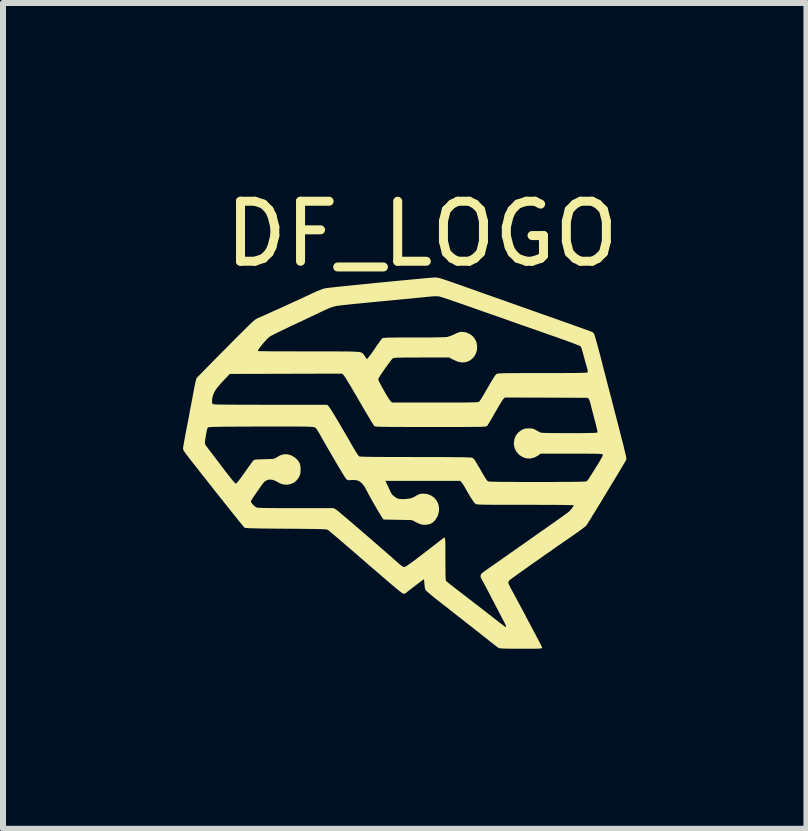
<source format=kicad_pcb>
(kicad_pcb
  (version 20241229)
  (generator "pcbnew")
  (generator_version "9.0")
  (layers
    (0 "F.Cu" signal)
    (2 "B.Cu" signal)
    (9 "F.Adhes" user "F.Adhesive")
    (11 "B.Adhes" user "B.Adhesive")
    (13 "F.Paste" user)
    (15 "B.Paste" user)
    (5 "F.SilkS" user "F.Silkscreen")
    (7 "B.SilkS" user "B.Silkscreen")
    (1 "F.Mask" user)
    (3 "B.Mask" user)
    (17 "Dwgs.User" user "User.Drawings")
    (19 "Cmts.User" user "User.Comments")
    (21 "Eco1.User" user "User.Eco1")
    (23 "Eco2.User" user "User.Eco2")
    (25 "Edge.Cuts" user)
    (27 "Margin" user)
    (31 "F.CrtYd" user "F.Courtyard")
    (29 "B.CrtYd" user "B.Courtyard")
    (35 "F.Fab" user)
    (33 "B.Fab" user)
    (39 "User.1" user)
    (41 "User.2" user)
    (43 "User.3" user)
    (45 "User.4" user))
  (footprint "DF_LOGO"
    (layer "F.Cu")
    (at 3.981 1.348)
    (property "Reference" "DF_LOGO" (at 0 -0.5 0) (unlocked yes) (layer "F.SilkS") (effects (font (size 1 1) (thickness 0.15))))
    (attr smd)
    (fp_poly (pts (xy 0.227 0.225) (xy 0.243 0.226) (xy 0.261 0.229) (xy 0.282 0.233) (xy 0.308 0.24) (xy 0.34 0.25) (xy 0.381 0.263) (xy 0.431 0.28) (xy 0.493 0.302) (xy 0.569 0.328) (xy 0.659 0.36) (xy 0.712 0.379) (xy 0.787 0.405) (xy 0.878 0.437) (xy 0.981 0.474) (xy 1.096 0.515) (xy 1.219 0.558) (xy 1.349 0.604) (xy 1.483 0.652) (xy 1.619 0.7) (xy 1.756 0.748) (xy 1.89 0.796) (xy 1.981 0.828) (xy 2.101 0.87) (xy 2.215 0.91) (xy 2.324 0.949) (xy 2.426 0.985) (xy 2.519 1.018) (xy 2.602 1.048) (xy 2.675 1.074) (xy 2.735 1.096) (xy 2.782 1.113) (xy 2.815 1.124) (xy 2.831 1.131) (xy 2.833 1.131) (xy 2.852 1.145) (xy 2.864 1.157) (xy 2.87 1.17) (xy 2.879 1.198) (xy 2.892 1.242) (xy 2.908 1.299) (xy 2.927 1.367) (xy 2.948 1.445) (xy 2.971 1.531) (xy 2.991 1.609) (xy 3.018 1.717) (xy 3.049 1.835) (xy 3.081 1.96) (xy 3.114 2.088) (xy 3.147 2.212) (xy 3.177 2.329) (xy 3.204 2.434) (xy 3.209 2.453) (xy 3.246 2.595) (xy 3.278 2.719) (xy 3.306 2.828) (xy 3.33 2.922) (xy 3.351 3.002) (xy 3.367 3.069) (xy 3.38 3.124) (xy 3.391 3.168) (xy 3.398 3.202) (xy 3.403 3.228) (xy 3.405 3.245) (xy 3.406 3.256) (xy 3.405 3.258) (xy 3.4 3.268) (xy 3.386 3.292) (xy 3.364 3.329) (xy 3.336 3.377) (xy 3.301 3.435) (xy 3.262 3.5) (xy 3.219 3.572) (xy 3.172 3.649) (xy 3.124 3.728) (xy 3.075 3.81) (xy 3.025 3.891) (xy 2.977 3.971) (xy 2.93 4.048) (xy 2.886 4.12) (xy 2.845 4.186) (xy 2.81 4.244) (xy 2.779 4.293) (xy 2.756 4.33) (xy 2.74 4.355) (xy 2.739 4.356) (xy 2.728 4.367) (xy 2.703 4.387) (xy 2.667 4.415) (xy 2.621 4.449) (xy 2.567 4.487) (xy 2.507 4.529) (xy 2.457 4.564) (xy 2.386 4.613) (xy 2.309 4.666) (xy 2.228 4.722) (xy 2.145 4.781) (xy 2.06 4.84) (xy 1.975 4.9) (xy 1.892 4.958) (xy 1.812 5.014) (xy 1.737 5.068) (xy 1.667 5.117) (xy 1.605 5.161) (xy 1.553 5.199) (xy 1.51 5.23) (xy 1.479 5.253) (xy 1.462 5.266) (xy 1.46 5.268) (xy 1.444 5.289) (xy 1.437 5.309) (xy 1.437 5.309) (xy 1.441 5.324) (xy 1.453 5.351) (xy 1.471 5.388) (xy 1.494 5.431) (xy 1.51 5.46) (xy 1.534 5.504) (xy 1.564 5.56) (xy 1.599 5.625) (xy 1.637 5.696) (xy 1.676 5.768) (xy 1.714 5.839) (xy 1.715 5.841) (xy 1.752 5.913) (xy 1.792 5.987) (xy 1.831 6.061) (xy 1.867 6.13) (xy 1.899 6.19) (xy 1.924 6.237) (xy 1.949 6.284) (xy 1.971 6.327) (xy 1.988 6.362) (xy 1.999 6.386) (xy 2.002 6.396) (xy 2 6.4) (xy 1.994 6.403) (xy 1.982 6.405) (xy 1.962 6.407) (xy 1.933 6.409) (xy 1.892 6.41) (xy 1.839 6.41) (xy 1.771 6.411) (xy 1.687 6.411) (xy 1.652 6.411) (xy 1.557 6.41) (xy 1.479 6.41) (xy 1.417 6.409) (xy 1.368 6.408) (xy 1.331 6.406) (xy 1.305 6.404) (xy 1.288 6.401) (xy 1.279 6.398) (xy 1.265 6.389) (xy 1.239 6.37) (xy 1.203 6.343) (xy 1.16 6.31) (xy 1.112 6.272) (xy 1.075 6.242) (xy 1.026 6.204) (xy 0.979 6.166) (xy 0.932 6.129) (xy 0.883 6.091) (xy 0.831 6.05) (xy 0.774 6.005) (xy 0.711 5.955) (xy 0.64 5.9) (xy 0.559 5.837) (xy 0.468 5.765) (xy 0.364 5.684) (xy 0.33 5.658) (xy 0.27 5.611) (xy 0.213 5.566) (xy 0.163 5.524) (xy 0.12 5.489) (xy 0.087 5.46) (xy 0.066 5.441) (xy 0.058 5.431) (xy 0.051 5.41) (xy 0.045 5.377) (xy 0.041 5.338) (xy 0.04 5.33) (xy 0.038 5.295) (xy 0.035 5.268) (xy 0.033 5.254) (xy 0.032 5.253) (xy 0.024 5.259) (xy 0.003 5.273) (xy -0.027 5.295) (xy -0.063 5.322) (xy -0.103 5.353) (xy -0.144 5.384) (xy -0.184 5.415) (xy -0.219 5.442) (xy -0.247 5.464) (xy -0.266 5.48) (xy -0.272 5.485) (xy -0.284 5.492) (xy -0.303 5.494) (xy -0.308 5.494) (xy -0.313 5.492) (xy -0.32 5.489) (xy -0.33 5.484) (xy -0.342 5.475) (xy -0.358 5.463) (xy -0.379 5.447) (xy -0.405 5.425) (xy -0.438 5.399) (xy -0.477 5.366) (xy -0.524 5.326) (xy -0.579 5.279) (xy -0.643 5.224) (xy -0.717 5.16) (xy -0.802 5.087) (xy -0.899 5.004) (xy -1.007 4.91) (xy -1.128 4.805) (xy -1.183 4.758) (xy -1.254 4.697) (xy -1.321 4.639) (xy -1.383 4.586) (xy -1.439 4.538) (xy -1.487 4.498) (xy -1.525 4.466) (xy -1.553 4.443) (xy -1.569 4.431) (xy -1.571 4.429) (xy -1.578 4.426) (xy -1.589 4.424) (xy -1.606 4.422) (xy -1.63 4.42) (xy -1.662 4.418) (xy -1.703 4.417) (xy -1.755 4.416) (xy -1.819 4.415) (xy -1.896 4.414) (xy -1.987 4.413) (xy -2.093 4.412) (xy -2.217 4.411) (xy -2.267 4.411) (xy -2.399 4.41) (xy -2.514 4.409) (xy -2.612 4.408) (xy -2.696 4.407) (xy -2.765 4.405) (xy -2.822 4.404) (xy -2.867 4.403) (xy -2.901 4.401) (xy -2.927 4.399) (xy -2.944 4.397) (xy -2.954 4.395) (xy -2.957 4.393) (xy -2.966 4.384) (xy -2.985 4.362) (xy -3.013 4.327) (xy -3.051 4.281) (xy -3.096 4.225) (xy -3.148 4.16) (xy -3.206 4.087) (xy -3.269 4.008) (xy -3.337 3.923) (xy -3.407 3.834) (xy -3.425 3.812) (xy -3.517 3.695) (xy -3.598 3.592) (xy -3.67 3.502) (xy -3.732 3.423) (xy -3.785 3.355) (xy -3.83 3.298) (xy -3.867 3.25) (xy -3.898 3.21) (xy -3.923 3.177) (xy -3.942 3.151) (xy -3.956 3.131) (xy -3.967 3.115) (xy -3.974 3.103) (xy -3.978 3.094) (xy -3.98 3.087) (xy -3.981 3.082) (xy -3.98 3.076) (xy -3.98 3.07) (xy -3.98 3.07) (xy -3.979 3.053) (xy -3.974 3.02) (xy -3.966 2.974) (xy -3.618 2.974) (xy -3.617 2.988) (xy -3.612 3.003) (xy -3.602 3.021) (xy -3.585 3.046) (xy -3.559 3.081) (xy -3.537 3.11) (xy -3.508 3.147) (xy -3.471 3.196) (xy -3.428 3.253) (xy -3.38 3.316) (xy -3.332 3.379) (xy -3.285 3.441) (xy -3.233 3.508) (xy -3.189 3.564) (xy -3.153 3.608) (xy -3.126 3.64) (xy -3.108 3.657) (xy -3.102 3.66) (xy -3.091 3.653) (xy -3.071 3.63) (xy -3.041 3.593) (xy -3.003 3.542) (xy -2.961 3.483) (xy -2.925 3.432) (xy -2.891 3.384) (xy -2.861 3.342) (xy -2.837 3.309) (xy -2.821 3.288) (xy -2.817 3.282) (xy -2.809 3.273) (xy -2.801 3.267) (xy -2.789 3.262) (xy -2.772 3.259) (xy -2.745 3.257) (xy -2.706 3.255) (xy -2.653 3.254) (xy -2.627 3.253) (xy -2.567 3.251) (xy -2.522 3.25) (xy -2.49 3.248) (xy -2.468 3.245) (xy -2.452 3.24) (xy -2.44 3.234) (xy -2.428 3.226) (xy -2.424 3.223) (xy -2.365 3.189) (xy -2.302 3.171) (xy -2.239 3.171) (xy -2.177 3.189) (xy -2.12 3.223) (xy -2.097 3.242) (xy -2.06 3.283) (xy -2.037 3.323) (xy -2.025 3.37) (xy -2.022 3.424) (xy -2.024 3.467) (xy -2.028 3.498) (xy -2.038 3.526) (xy -2.047 3.546) (xy -2.086 3.602) (xy -2.134 3.643) (xy -2.192 3.668) (xy -2.24 3.677) (xy -2.286 3.677) (xy -2.329 3.669) (xy -2.375 3.65) (xy -2.42 3.625) (xy -2.476 3.599) (xy -2.53 3.591) (xy -2.579 3.6) (xy -2.623 3.626) (xy -2.656 3.663) (xy -2.671 3.685) (xy -2.694 3.717) (xy -2.722 3.758) (xy -2.753 3.802) (xy -2.767 3.822) (xy -2.796 3.864) (xy -2.82 3.901) (xy -2.838 3.931) (xy -2.849 3.95) (xy -2.851 3.955) (xy -2.844 3.974) (xy -2.827 3.998) (xy -2.804 4.023) (xy -2.779 4.044) (xy -2.761 4.055) (xy -2.752 4.058) (xy -2.737 4.06) (xy -2.715 4.062) (xy -2.684 4.063) (xy -2.644 4.065) (xy -2.593 4.066) (xy -2.53 4.067) (xy -2.454 4.067) (xy -2.363 4.068) (xy -2.256 4.068) (xy -2.132 4.068) (xy -2.102 4.068) (xy -1.474 4.068) (xy -1.436 4.089) (xy -1.424 4.098) (xy -1.399 4.117) (xy -1.363 4.147) (xy -1.317 4.186) (xy -1.262 4.232) (xy -1.2 4.285) (xy -1.131 4.344) (xy -1.057 4.407) (xy -0.98 4.474) (xy -0.9 4.543) (xy -0.819 4.613) (xy -0.738 4.683) (xy -0.659 4.752) (xy -0.582 4.819) (xy -0.509 4.882) (xy -0.442 4.942) (xy -0.381 4.996) (xy -0.375 5.001) (xy -0.338 5.031) (xy -0.31 5.047) (xy -0.295 5.049) (xy -0.284 5.046) (xy -0.265 5.036) (xy -0.237 5.018) (xy -0.2 4.992) (xy -0.151 4.957) (xy -0.091 4.912) (xy -0.018 4.856) (xy 0.021 4.826) (xy 0.086 4.776) (xy 0.147 4.729) (xy 0.203 4.686) (xy 0.252 4.648) (xy 0.291 4.618) (xy 0.32 4.595) (xy 0.336 4.582) (xy 0.338 4.581) (xy 0.351 4.57) (xy 0.362 4.562) (xy 0.37 4.559) (xy 0.377 4.562) (xy 0.382 4.572) (xy 0.385 4.592) (xy 0.388 4.622) (xy 0.389 4.665) (xy 0.39 4.72) (xy 0.39 4.791) (xy 0.39 4.879) (xy 0.39 4.913) (xy 0.39 5.004) (xy 0.391 5.078) (xy 0.391 5.137) (xy 0.392 5.183) (xy 0.393 5.218) (xy 0.394 5.243) (xy 0.397 5.261) (xy 0.399 5.273) (xy 0.403 5.281) (xy 0.407 5.286) (xy 0.408 5.287) (xy 0.42 5.297) (xy 0.444 5.317) (xy 0.479 5.345) (xy 0.524 5.38) (xy 0.577 5.421) (xy 0.635 5.466) (xy 0.693 5.511) (xy 0.767 5.567) (xy 0.847 5.629) (xy 0.93 5.693) (xy 1.011 5.756) (xy 1.087 5.814) (xy 1.153 5.866) (xy 1.173 5.882) (xy 1.227 5.924) (xy 1.277 5.963) (xy 1.32 5.996) (xy 1.355 6.022) (xy 1.379 6.04) (xy 1.392 6.049) (xy 1.393 6.049) (xy 1.399 6.042) (xy 1.4 6.037) (xy 1.396 6.022) (xy 1.385 5.998) (xy 1.376 5.979) (xy 1.366 5.961) (xy 1.349 5.929) (xy 1.326 5.884) (xy 1.297 5.829) (xy 1.264 5.765) (xy 1.227 5.695) (xy 1.188 5.62) (xy 1.171 5.587) (xy 1.132 5.512) (xy 1.096 5.443) (xy 1.063 5.381) (xy 1.034 5.327) (xy 1.011 5.283) (xy 0.994 5.252) (xy 0.984 5.234) (xy 0.982 5.231) (xy 0.974 5.21) (xy 0.977 5.184) (xy 0.99 5.159) (xy 0.995 5.154) (xy 1.008 5.144) (xy 1.034 5.125) (xy 1.071 5.098) (xy 1.115 5.067) (xy 1.164 5.032) (xy 1.187 5.017) (xy 1.237 4.982) (xy 1.299 4.939) (xy 1.369 4.889) (xy 1.445 4.836) (xy 1.522 4.782) (xy 1.597 4.729) (xy 1.636 4.702) (xy 1.715 4.647) (xy 1.802 4.585) (xy 1.894 4.52) (xy 1.985 4.456) (xy 2.072 4.396) (xy 2.149 4.341) (xy 2.168 4.328) (xy 2.23 4.284) (xy 2.288 4.243) (xy 2.341 4.206) (xy 2.385 4.173) (xy 2.42 4.148) (xy 2.442 4.131) (xy 2.45 4.125) (xy 2.47 4.104) (xy 2.492 4.078) (xy 2.512 4.052) (xy 2.525 4.031) (xy 2.529 4.02) (xy 2.52 4.019) (xy 2.494 4.018) (xy 2.452 4.017) (xy 2.395 4.016) (xy 2.326 4.015) (xy 2.244 4.014) (xy 2.152 4.014) (xy 2.05 4.013) (xy 1.941 4.013) (xy 1.825 4.012) (xy 1.72 4.012) (xy 1.58 4.012) (xy 1.456 4.012) (xy 1.349 4.012) (xy 1.256 4.012) (xy 1.177 4.012) (xy 1.112 4.011) (xy 1.057 4.011) (xy 1.013 4.01) (xy 0.978 4.009) (xy 0.95 4.008) (xy 0.93 4.006) (xy 0.915 4.004) (xy 0.904 4.002) (xy 0.897 4) (xy 0.892 3.997) (xy 0.888 3.994) (xy 0.871 3.976) (xy 0.848 3.945) (xy 0.819 3.902) (xy 0.788 3.851) (xy 0.754 3.794) (xy 0.724 3.739) (xy 0.703 3.703) (xy 0.682 3.669) (xy 0.665 3.645) (xy 0.66 3.64) (xy 0.637 3.614) (xy -0.609 3.614) (xy -0.567 3.704) (xy -0.548 3.744) (xy -0.532 3.779) (xy -0.52 3.806) (xy -0.514 3.816) (xy -0.494 3.845) (xy -0.462 3.874) (xy -0.427 3.898) (xy -0.4 3.91) (xy -0.356 3.917) (xy -0.304 3.918) (xy -0.249 3.914) (xy -0.197 3.906) (xy -0.153 3.893) (xy -0.133 3.883) (xy -0.09 3.857) (xy -0.057 3.84) (xy -0.029 3.831) (xy 0.001 3.827) (xy 0.027 3.826) (xy 0.095 3.835) (xy 0.154 3.859) (xy 0.204 3.895) (xy 0.243 3.942) (xy 0.271 3.997) (xy 0.284 4.058) (xy 0.283 4.121) (xy 0.266 4.186) (xy 0.256 4.209) (xy 0.221 4.266) (xy 0.181 4.307) (xy 0.133 4.333) (xy 0.076 4.344) (xy 0.048 4.346) (xy 0.016 4.345) (xy -0.011 4.34) (xy -0.039 4.331) (xy -0.075 4.314) (xy -0.091 4.306) (xy -0.17 4.267) (xy -0.639 4.258) (xy -0.658 4.235) (xy -0.67 4.217) (xy -0.69 4.185) (xy -0.715 4.143) (xy -0.745 4.093) (xy -0.776 4.039) (xy -0.809 3.982) (xy -0.841 3.925) (xy -0.87 3.873) (xy -0.896 3.826) (xy -0.915 3.788) (xy -0.922 3.776) (xy -0.958 3.709) (xy -0.996 3.66) (xy -1.036 3.625) (xy -1.08 3.605) (xy -1.132 3.598) (xy -1.173 3.6) (xy -1.208 3.602) (xy -1.23 3.602) (xy -1.246 3.596) (xy -1.26 3.586) (xy -1.261 3.585) (xy -1.272 3.57) (xy -1.292 3.541) (xy -1.319 3.497) (xy -1.354 3.439) (xy -1.397 3.368) (xy -1.445 3.286) (xy -1.5 3.191) (xy -1.561 3.087) (xy -1.626 2.972) (xy -1.672 2.892) (xy -1.703 2.837) (xy -1.728 2.795) (xy -1.746 2.765) (xy -1.761 2.745) (xy -1.773 2.732) (xy -1.784 2.724) (xy -1.797 2.719) (xy -1.799 2.718) (xy -1.809 2.716) (xy -1.827 2.714) (xy -1.853 2.713) (xy -1.888 2.712) (xy -1.934 2.71) (xy -1.992 2.71) (xy -2.062 2.709) (xy -2.145 2.709) (xy -2.242 2.708) (xy -2.355 2.708) (xy -2.484 2.708) (xy -2.63 2.709) (xy -2.694 2.709) (xy -2.841 2.709) (xy -2.97 2.71) (xy -3.083 2.71) (xy -3.181 2.711) (xy -3.265 2.711) (xy -3.336 2.712) (xy -3.395 2.713) (xy -3.443 2.714) (xy -3.481 2.715) (xy -3.511 2.716) (xy -3.533 2.718) (xy -3.549 2.72) (xy -3.559 2.722) (xy -3.566 2.724) (xy -3.568 2.726) (xy -3.577 2.743) (xy -3.586 2.777) (xy -3.596 2.829) (xy -3.608 2.9) (xy -3.616 2.957) (xy -3.618 2.974) (xy -3.966 2.974) (xy -3.966 2.974) (xy -3.956 2.917) (xy -3.944 2.852) (xy -3.931 2.782) (xy -3.925 2.753) (xy -3.908 2.664) (xy -3.888 2.564) (xy -3.869 2.459) (xy -3.849 2.355) (xy -3.839 2.303) (xy -3.498 2.303) (xy -3.492 2.328) (xy -3.488 2.334) (xy -3.481 2.336) (xy -3.466 2.338) (xy -3.442 2.34) (xy -3.406 2.341) (xy -3.36 2.342) (xy -3.301 2.343) (xy -3.229 2.344) (xy -3.144 2.344) (xy -3.044 2.345) (xy -2.928 2.345) (xy -2.796 2.345) (xy -2.647 2.346) (xy -2.528 2.346) (xy -1.579 2.346) (xy -1.552 2.376) (xy -1.54 2.392) (xy -1.519 2.423) (xy -1.491 2.467) (xy -1.457 2.523) (xy -1.417 2.589) (xy -1.373 2.664) (xy -1.325 2.746) (xy -1.274 2.833) (xy -1.221 2.925) (xy -1.166 3.02) (xy -1.159 3.033) (xy -1.13 3.082) (xy -1.103 3.127) (xy -1.08 3.163) (xy -1.062 3.189) (xy -1.051 3.202) (xy -1.051 3.203) (xy -1.046 3.205) (xy -1.036 3.207) (xy -1.021 3.209) (xy -1 3.21) (xy -0.971 3.211) (xy -0.933 3.213) (xy -0.886 3.213) (xy -0.828 3.214) (xy -0.759 3.215) (xy -0.677 3.215) (xy -0.581 3.216) (xy -0.471 3.216) (xy -0.344 3.216) (xy -0.201 3.216) (xy -0.115 3.217) (xy 0.047 3.217) (xy 0.192 3.217) (xy 0.319 3.217) (xy 0.43 3.218) (xy 0.526 3.219) (xy 0.607 3.219) (xy 0.675 3.22) (xy 0.729 3.222) (xy 0.772 3.223) (xy 0.803 3.224) (xy 0.823 3.226) (xy 0.834 3.228) (xy 0.834 3.228) (xy 0.846 3.234) (xy 0.858 3.243) (xy 0.872 3.258) (xy 0.888 3.282) (xy 0.909 3.317) (xy 0.937 3.364) (xy 0.951 3.387) (xy 0.989 3.454) (xy 1.02 3.507) (xy 1.044 3.547) (xy 1.062 3.576) (xy 1.076 3.597) (xy 1.087 3.61) (xy 1.097 3.618) (xy 1.105 3.623) (xy 1.106 3.623) (xy 1.119 3.625) (xy 1.149 3.626) (xy 1.194 3.628) (xy 1.252 3.629) (xy 1.323 3.63) (xy 1.403 3.63) (xy 1.493 3.631) (xy 1.589 3.632) (xy 1.69 3.632) (xy 1.795 3.632) (xy 1.902 3.632) (xy 2.009 3.632) (xy 2.115 3.632) (xy 2.217 3.632) (xy 2.316 3.631) (xy 2.407 3.63) (xy 2.491 3.63) (xy 2.565 3.629) (xy 2.628 3.628) (xy 2.678 3.626) (xy 2.713 3.625) (xy 2.732 3.624) (xy 2.735 3.623) (xy 2.742 3.619) (xy 2.749 3.614) (xy 2.758 3.605) (xy 2.769 3.591) (xy 2.783 3.57) (xy 2.802 3.54) (xy 2.827 3.501) (xy 2.859 3.45) (xy 2.899 3.385) (xy 2.923 3.348) (xy 2.957 3.292) (xy 2.982 3.249) (xy 2.999 3.218) (xy 3.009 3.197) (xy 3.013 3.183) (xy 3.011 3.175) (xy 3.011 3.174) (xy 3.006 3.171) (xy 2.997 3.168) (xy 2.981 3.166) (xy 2.957 3.165) (xy 2.925 3.163) (xy 2.882 3.162) (xy 2.827 3.162) (xy 2.759 3.161) (xy 2.677 3.161) (xy 2.578 3.16) (xy 2.488 3.16) (xy 1.977 3.16) (xy 1.938 3.189) (xy 1.878 3.223) (xy 1.814 3.24) (xy 1.75 3.24) (xy 1.687 3.222) (xy 1.629 3.187) (xy 1.617 3.177) (xy 1.571 3.125) (xy 1.542 3.067) (xy 1.53 3.003) (xy 1.53 2.989) (xy 1.539 2.919) (xy 1.564 2.858) (xy 1.604 2.807) (xy 1.659 2.767) (xy 1.66 2.767) (xy 1.69 2.752) (xy 1.716 2.743) (xy 1.747 2.74) (xy 1.779 2.739) (xy 1.809 2.74) (xy 1.831 2.741) (xy 1.852 2.746) (xy 1.874 2.755) (xy 1.903 2.77) (xy 1.942 2.792) (xy 1.955 2.799) (xy 1.963 2.804) (xy 1.972 2.807) (xy 1.984 2.81) (xy 2 2.812) (xy 2.022 2.814) (xy 2.051 2.815) (xy 2.09 2.816) (xy 2.14 2.817) (xy 2.202 2.817) (xy 2.277 2.818) (xy 2.369 2.818) (xy 2.453 2.818) (xy 2.561 2.818) (xy 2.651 2.818) (xy 2.726 2.817) (xy 2.786 2.816) (xy 2.834 2.815) (xy 2.869 2.814) (xy 2.895 2.812) (xy 2.912 2.81) (xy 2.921 2.808) (xy 2.924 2.805) (xy 2.923 2.793) (xy 2.918 2.766) (xy 2.909 2.726) (xy 2.897 2.676) (xy 2.882 2.619) (xy 2.873 2.585) (xy 2.857 2.523) (xy 2.841 2.462) (xy 2.827 2.408) (xy 2.816 2.364) (xy 2.808 2.332) (xy 2.806 2.324) (xy 2.797 2.291) (xy 2.786 2.262) (xy 2.779 2.25) (xy 2.763 2.23) (xy 2.071 2.227) (xy 1.38 2.225) (xy 1.355 2.25) (xy 1.343 2.266) (xy 1.325 2.294) (xy 1.3 2.334) (xy 1.271 2.383) (xy 1.24 2.437) (xy 1.215 2.48) (xy 1.183 2.537) (xy 1.153 2.588) (xy 1.126 2.633) (xy 1.105 2.668) (xy 1.089 2.692) (xy 1.083 2.7) (xy 1.079 2.702) (xy 1.073 2.705) (xy 1.064 2.707) (xy 1.051 2.709) (xy 1.032 2.71) (xy 1.007 2.712) (xy 0.975 2.713) (xy 0.934 2.714) (xy 0.883 2.714) (xy 0.822 2.715) (xy 0.749 2.715) (xy 0.663 2.716) (xy 0.563 2.716) (xy 0.447 2.716) (xy 0.316 2.716) (xy 0.167 2.716) (xy 0.146 2.716) (xy -0.007 2.716) (xy -0.142 2.716) (xy -0.261 2.716) (xy -0.364 2.715) (xy -0.453 2.715) (xy -0.529 2.715) (xy -0.593 2.714) (xy -0.646 2.713) (xy -0.689 2.712) (xy -0.722 2.711) (xy -0.748 2.71) (xy -0.767 2.708) (xy -0.78 2.706) (xy -0.788 2.704) (xy -0.792 2.702) (xy -0.8 2.692) (xy -0.817 2.666) (xy -0.841 2.629) (xy -0.871 2.579) (xy -0.906 2.52) (xy -0.946 2.453) (xy -0.989 2.38) (xy -1.035 2.301) (xy -1.042 2.289) (xy -1.088 2.209) (xy -1.132 2.134) (xy -1.173 2.064) (xy -1.211 2.001) (xy -1.243 1.948) (xy -1.269 1.905) (xy -1.289 1.875) (xy -1.3 1.859) (xy -1.301 1.858) (xy -1.33 1.827) (xy -3.202 1.832) (xy -3.302 1.937) (xy -3.355 1.994) (xy -3.396 2.042) (xy -3.428 2.083) (xy -3.451 2.119) (xy -3.469 2.154) (xy -3.481 2.185) (xy -3.492 2.226) (xy -3.498 2.267) (xy -3.498 2.303) (xy -3.839 2.303) (xy -3.831 2.259) (xy -3.819 2.195) (xy -3.806 2.126) (xy -3.794 2.061) (xy -3.782 2.005) (xy -3.772 1.958) (xy -3.764 1.924) (xy -3.758 1.906) (xy -3.757 1.903) (xy -3.748 1.894) (xy -3.728 1.872) (xy -3.696 1.84) (xy -3.655 1.798) (xy -3.605 1.747) (xy -3.547 1.688) (xy -3.483 1.622) (xy -3.412 1.551) (xy -3.338 1.476) (xy -3.313 1.451) (xy -2.733 1.451) (xy -2.723 1.452) (xy -2.696 1.453) (xy -2.653 1.453) (xy -2.595 1.454) (xy -2.524 1.455) (xy -2.442 1.455) (xy -2.348 1.456) (xy -2.246 1.456) (xy -2.135 1.456) (xy -2.018 1.457) (xy -1.895 1.457) (xy -1.89 1.457) (xy -1.744 1.457) (xy -1.614 1.457) (xy -1.501 1.457) (xy -1.403 1.457) (xy -1.319 1.458) (xy -1.248 1.458) (xy -1.188 1.459) (xy -1.139 1.461) (xy -1.099 1.463) (xy -1.067 1.465) (xy -1.042 1.468) (xy -1.023 1.472) (xy -1.009 1.476) (xy -0.999 1.481) (xy -0.99 1.487) (xy -0.984 1.494) (xy -0.977 1.501) (xy -0.974 1.504) (xy -0.956 1.529) (xy -0.942 1.554) (xy -0.929 1.573) (xy -0.916 1.582) (xy -0.915 1.582) (xy -0.907 1.574) (xy -0.889 1.554) (xy -0.865 1.522) (xy -0.836 1.482) (xy -0.804 1.435) (xy -0.793 1.42) (xy -0.759 1.37) (xy -0.728 1.325) (xy -0.701 1.287) (xy -0.68 1.259) (xy -0.666 1.243) (xy -0.664 1.241) (xy -0.659 1.238) (xy -0.651 1.235) (xy -0.64 1.232) (xy -0.623 1.23) (xy -0.599 1.229) (xy -0.567 1.227) (xy -0.524 1.227) (xy -0.471 1.226) (xy -0.405 1.225) (xy -0.324 1.225) (xy -0.228 1.225) (xy -0.138 1.225) (xy -0.027 1.225) (xy 0.074 1.224) (xy 0.166 1.224) (xy 0.246 1.222) (xy 0.312 1.221) (xy 0.364 1.219) (xy 0.401 1.218) (xy 0.419 1.216) (xy 0.451 1.207) (xy 0.492 1.192) (xy 0.534 1.174) (xy 0.546 1.168) (xy 0.587 1.149) (xy 0.62 1.137) (xy 0.648 1.132) (xy 0.672 1.131) (xy 0.736 1.14) (xy 0.798 1.168) (xy 0.839 1.198) (xy 0.879 1.245) (xy 0.906 1.301) (xy 0.918 1.362) (xy 0.917 1.424) (xy 0.901 1.485) (xy 0.872 1.54) (xy 0.838 1.578) (xy 0.783 1.617) (xy 0.724 1.637) (xy 0.66 1.641) (xy 0.592 1.626) (xy 0.525 1.597) (xy 0.452 1.558) (xy -0.007 1.558) (xy -0.114 1.559) (xy -0.203 1.559) (xy -0.277 1.559) (xy -0.337 1.56) (xy -0.385 1.561) (xy -0.421 1.562) (xy -0.448 1.564) (xy -0.466 1.566) (xy -0.479 1.569) (xy -0.486 1.572) (xy -0.486 1.572) (xy -0.499 1.585) (xy -0.519 1.61) (xy -0.545 1.644) (xy -0.575 1.685) (xy -0.607 1.729) (xy -0.639 1.775) (xy -0.669 1.818) (xy -0.695 1.858) (xy -0.715 1.89) (xy -0.727 1.912) (xy -0.73 1.92) (xy -0.725 1.935) (xy -0.713 1.963) (xy -0.694 2) (xy -0.671 2.044) (xy -0.644 2.091) (xy -0.617 2.14) (xy -0.59 2.185) (xy -0.565 2.226) (xy -0.544 2.258) (xy -0.528 2.279) (xy -0.525 2.283) (xy -0.5 2.309) (xy 0.217 2.309) (xy 0.35 2.309) (xy 0.465 2.308) (xy 0.565 2.308) (xy 0.649 2.308) (xy 0.72 2.308) (xy 0.779 2.307) (xy 0.826 2.306) (xy 0.864 2.305) (xy 0.893 2.304) (xy 0.915 2.302) (xy 0.93 2.301) (xy 0.941 2.298) (xy 0.948 2.296) (xy 0.953 2.293) (xy 0.954 2.292) (xy 0.963 2.28) (xy 0.981 2.254) (xy 1.004 2.216) (xy 1.032 2.17) (xy 1.063 2.116) (xy 1.094 2.063) (xy 1.139 1.985) (xy 1.176 1.923) (xy 1.205 1.877) (xy 1.227 1.847) (xy 1.24 1.834) (xy 1.245 1.831) (xy 1.253 1.829) (xy 1.264 1.826) (xy 1.28 1.824) (xy 1.301 1.823) (xy 1.33 1.822) (xy 1.366 1.82) (xy 1.413 1.82) (xy 1.47 1.819) (xy 1.538 1.819) (xy 1.62 1.818) (xy 1.717 1.818) (xy 1.829 1.818) (xy 1.958 1.818) (xy 2.007 1.818) (xy 2.147 1.818) (xy 2.27 1.818) (xy 2.376 1.817) (xy 2.467 1.817) (xy 2.543 1.816) (xy 2.606 1.815) (xy 2.656 1.814) (xy 2.695 1.813) (xy 2.724 1.812) (xy 2.744 1.81) (xy 2.755 1.808) (xy 2.759 1.806) (xy 2.762 1.794) (xy 2.759 1.77) (xy 2.75 1.732) (xy 2.741 1.702) (xy 2.727 1.653) (xy 2.711 1.595) (xy 2.695 1.535) (xy 2.685 1.498) (xy 2.673 1.454) (xy 2.661 1.415) (xy 2.65 1.387) (xy 2.642 1.372) (xy 2.642 1.371) (xy 2.63 1.365) (xy 2.603 1.354) (xy 2.562 1.338) (xy 2.508 1.317) (xy 2.444 1.294) (xy 2.371 1.267) (xy 2.291 1.238) (xy 2.206 1.208) (xy 2.191 1.203) (xy 2.09 1.168) (xy 1.98 1.129) (xy 1.866 1.089) (xy 1.752 1.049) (xy 1.642 1.011) (xy 1.54 0.975) (xy 1.449 0.943) (xy 1.414 0.93) (xy 1.249 0.872) (xy 1.1 0.82) (xy 0.967 0.774) (xy 0.85 0.732) (xy 0.746 0.696) (xy 0.655 0.664) (xy 0.576 0.637) (xy 0.509 0.614) (xy 0.453 0.594) (xy 0.405 0.578) (xy 0.367 0.566) (xy 0.337 0.556) (xy 0.313 0.549) (xy 0.296 0.544) (xy 0.284 0.541) (xy 0.279 0.54) (xy 0.252 0.538) (xy 0.21 0.538) (xy 0.159 0.541) (xy 0.113 0.546) (xy 0.076 0.549) (xy 0.023 0.555) (xy -0.043 0.561) (xy -0.118 0.568) (xy -0.201 0.577) (xy -0.288 0.585) (xy -0.377 0.593) (xy -0.401 0.596) (xy -0.559 0.611) (xy -0.699 0.624) (xy -0.823 0.636) (xy -0.932 0.647) (xy -1.027 0.656) (xy -1.109 0.664) (xy -1.179 0.671) (xy -1.238 0.677) (xy -1.288 0.683) (xy -1.329 0.687) (xy -1.362 0.691) (xy -1.39 0.695) (xy -1.412 0.698) (xy -1.43 0.701) (xy -1.438 0.703) (xy -1.469 0.71) (xy -1.504 0.721) (xy -1.545 0.736) (xy -1.595 0.758) (xy -1.656 0.786) (xy -1.707 0.81) (xy -1.765 0.838) (xy -1.836 0.871) (xy -1.915 0.909) (xy -2 0.949) (xy -2.085 0.989) (xy -2.168 1.028) (xy -2.198 1.042) (xy -2.268 1.076) (xy -2.335 1.108) (xy -2.396 1.137) (xy -2.449 1.163) (xy -2.491 1.185) (xy -2.52 1.2) (xy -2.532 1.208) (xy -2.556 1.227) (xy -2.584 1.254) (xy -2.615 1.287) (xy -2.647 1.323) (xy -2.677 1.36) (xy -2.702 1.394) (xy -2.722 1.422) (xy -2.732 1.442) (xy -2.733 1.451) (xy -3.313 1.451) (xy -3.267 1.405) (xy -3.176 1.313) (xy -3.098 1.234) (xy -3.03 1.166) (xy -2.972 1.109) (xy -2.924 1.061) (xy -2.883 1.021) (xy -2.85 0.989) (xy -2.822 0.964) (xy -2.8 0.944) (xy -2.782 0.93) (xy -2.767 0.919) (xy -2.754 0.911) (xy -2.743 0.905) (xy -2.735 0.902) (xy -2.706 0.89) (xy -2.663 0.871) (xy -2.607 0.846) (xy -2.541 0.816) (xy -2.466 0.782) (xy -2.385 0.746) (xy -2.299 0.707) (xy -2.212 0.667) (xy -2.125 0.627) (xy -2.039 0.588) (xy -1.958 0.55) (xy -1.906 0.526) (xy -1.832 0.491) (xy -1.771 0.464) (xy -1.723 0.443) (xy -1.685 0.428) (xy -1.654 0.416) (xy -1.627 0.409) (xy -1.604 0.404) (xy -1.591 0.402) (xy -1.563 0.398) (xy -1.519 0.393) (xy -1.461 0.387) (xy -1.391 0.379) (xy -1.309 0.371) (xy -1.218 0.361) (xy -1.119 0.351) (xy -1.013 0.341) (xy -0.904 0.33) (xy -0.791 0.318) (xy -0.677 0.307) (xy -0.563 0.296) (xy -0.451 0.285) (xy -0.343 0.275) (xy -0.239 0.265) (xy -0.143 0.256) (xy -0.054 0.248) (xy 0.024 0.24) (xy 0.091 0.234) (xy 0.145 0.23) (xy 0.184 0.227) (xy 0.207 0.225) (xy 0.211 0.225)) (stroke (width 0) (type solid)) (fill yes) (layer "F.SilkS")))
  (gr_rect
    (start -3 -3)
    (end 10.386 10.759)
    (stroke (width 0.1) (type default))
    (fill no)
    (layer "Edge.Cuts")))
</source>
